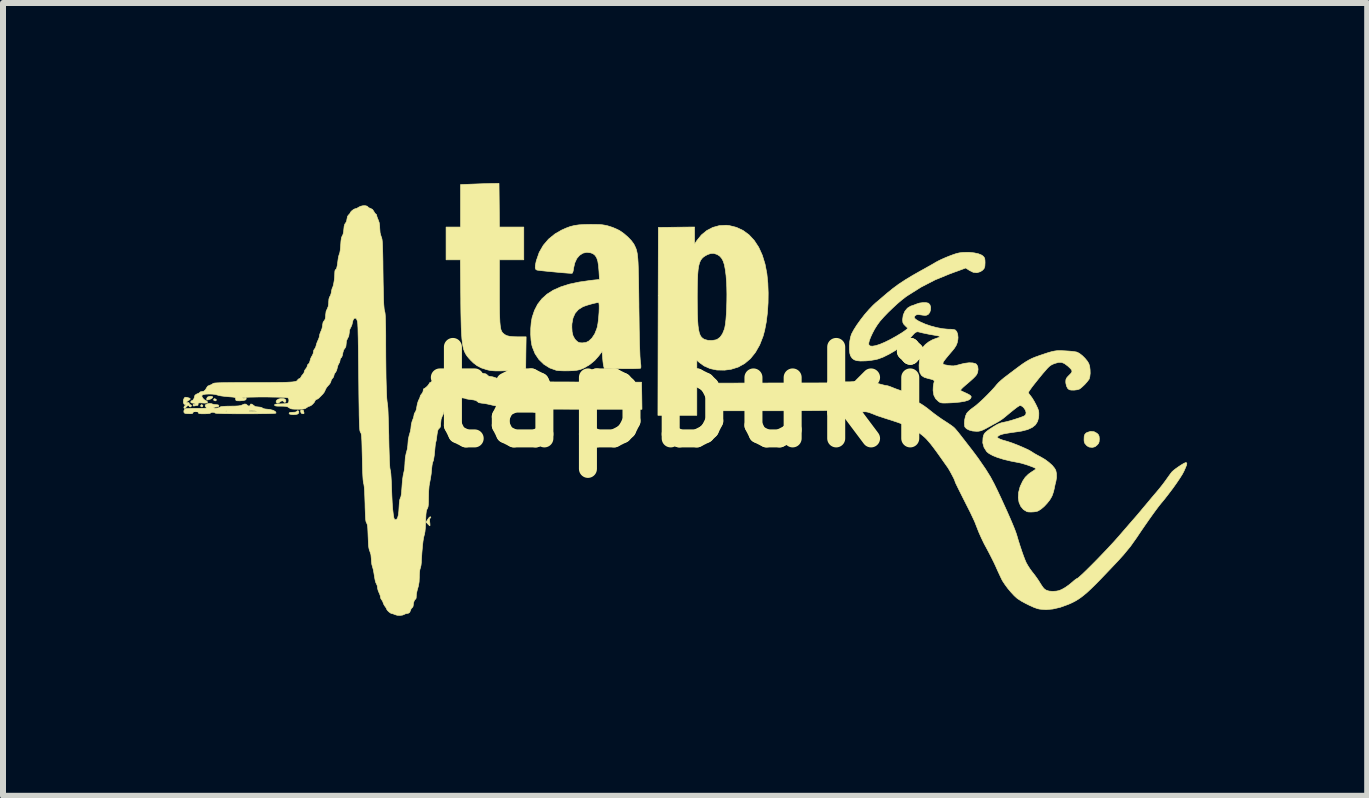
<source format=kicad_pcb>
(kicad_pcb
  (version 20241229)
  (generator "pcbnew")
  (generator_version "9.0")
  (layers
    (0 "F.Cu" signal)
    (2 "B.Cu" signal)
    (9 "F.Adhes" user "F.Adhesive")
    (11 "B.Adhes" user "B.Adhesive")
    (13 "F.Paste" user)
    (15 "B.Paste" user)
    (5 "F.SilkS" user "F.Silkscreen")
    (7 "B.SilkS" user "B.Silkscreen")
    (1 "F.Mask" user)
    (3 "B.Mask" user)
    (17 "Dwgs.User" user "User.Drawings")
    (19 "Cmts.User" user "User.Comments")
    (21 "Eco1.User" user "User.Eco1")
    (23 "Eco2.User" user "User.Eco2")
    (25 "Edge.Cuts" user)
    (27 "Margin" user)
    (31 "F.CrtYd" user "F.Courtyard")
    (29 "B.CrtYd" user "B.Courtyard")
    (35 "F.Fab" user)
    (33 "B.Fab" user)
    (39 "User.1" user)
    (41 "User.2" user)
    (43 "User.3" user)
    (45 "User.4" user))
  (footprint "tapbuki"
    (layer "F.Cu")
    (at 8.306 3.565)
    (property "Reference" "tapbuki" (at 0 0 0) (layer "F.SilkS") (effects (font (size 1.524 1.524) (thickness 0.3))))
    (attr through_hole)
    (fp_poly (pts (xy -7.978 0.137) (xy -7.976 0.146) (xy -7.986 0.163) (xy -7.995 0.165) (xy -8.011 0.155) (xy -8.014 0.146) (xy -8.004 0.129) (xy -7.995 0.127) (xy -7.978 0.137)) (stroke (width 0.01) (type solid)) (fill yes) (layer "F.SilkS"))
    (fp_poly (pts (xy -7.755 0.038) (xy -7.751 0.053) (xy -7.764 0.063) (xy -7.771 0.064) (xy -7.793 0.055) (xy -7.798 0.044) (xy -7.788 0.028) (xy -7.777 0.028) (xy -7.755 0.038)) (stroke (width 0.01) (type solid)) (fill yes) (layer "F.SilkS"))
    (fp_poly (pts (xy -7.816 -0.007) (xy -7.812 0.007) (xy -7.828 0.023) (xy -7.853 0.036) (xy -7.888 0.047) (xy -7.905 0.049) (xy -7.912 0.039) (xy -7.912 0.027) (xy -7.901 0.002) (xy -7.868 -0.011) (xy -7.841 -0.013) (xy -7.816 -0.007)) (stroke (width 0.01) (type solid)) (fill yes) (layer "F.SilkS"))
    (fp_poly (pts (xy -6.304 0.221) (xy -6.299 0.228) (xy -6.295 0.249) (xy -6.291 0.259) (xy -6.292 0.276) (xy -6.309 0.279) (xy -6.334 0.271) (xy -6.342 0.259) (xy -6.349 0.23) (xy -6.34 0.218) (xy -6.325 0.216) (xy -6.304 0.221)) (stroke (width 0.01) (type solid)) (fill yes) (layer "F.SilkS"))
    (fp_poly (pts (xy -6.378 0.235) (xy -6.378 0.257) (xy -6.383 0.272) (xy -6.399 0.284) (xy -6.429 0.291) (xy -6.467 0.294) (xy -6.503 0.291) (xy -6.531 0.284) (xy -6.54 0.273) (xy -6.534 0.261) (xy -6.51 0.255) (xy -6.477 0.254) (xy -6.441 0.252) (xy -6.418 0.246) (xy -6.413 0.241) (xy -6.403 0.23) (xy -6.394 0.229) (xy -6.378 0.235)) (stroke (width 0.01) (type solid)) (fill yes) (layer "F.SilkS"))
    (fp_poly (pts (xy -4.179 1.999) (xy -4.178 2.007) (xy -4.188 2.019) (xy -4.191 2.019) (xy -4.198 2.031) (xy -4.198 2.065) (xy -4.196 2.083) (xy -4.192 2.119) (xy -4.192 2.142) (xy -4.194 2.146) (xy -4.205 2.138) (xy -4.226 2.118) (xy -4.228 2.115) (xy -4.258 2.084) (xy -4.23 2.039) (xy -4.207 2.008) (xy -4.189 1.994) (xy -4.179 1.999)) (stroke (width 0.01) (type solid)) (fill yes) (layer "F.SilkS"))
    (fp_poly (pts (xy -6.632 0.027) (xy -6.611 0.033) (xy -6.596 0.048) (xy -6.592 0.07) (xy -6.601 0.086) (xy -6.61 0.089) (xy -6.627 0.082) (xy -6.629 0.076) (xy -6.639 0.065) (xy -6.661 0.065) (xy -6.684 0.074) (xy -6.693 0.083) (xy -6.717 0.099) (xy -6.74 0.1) (xy -6.755 0.086) (xy -6.756 0.077) (xy -6.745 0.052) (xy -6.716 0.034) (xy -6.676 0.025) (xy -6.632 0.027)) (stroke (width 0.01) (type solid)) (fill yes) (layer "F.SilkS"))
    (fp_poly (pts (xy 6.873 0.578) (xy 6.921 0.604) (xy 6.945 0.628) (xy 6.956 0.654) (xy 6.96 0.691) (xy 6.96 0.701) (xy 6.957 0.744) (xy 6.946 0.774) (xy 6.922 0.801) (xy 6.888 0.828) (xy 6.85 0.838) (xy 6.833 0.838) (xy 6.789 0.833) (xy 6.755 0.813) (xy 6.743 0.801) (xy 6.717 0.77) (xy 6.707 0.735) (xy 6.706 0.707) (xy 6.708 0.656) (xy 6.718 0.624) (xy 6.737 0.602) (xy 6.757 0.59) (xy 6.816 0.572) (xy 6.873 0.578)) (stroke (width 0.01) (type solid)) (fill yes) (layer "F.SilkS"))
    (fp_poly (pts (xy -8.239 0.007) (xy -8.2 0.018) (xy -8.185 0.031) (xy -8.196 0.046) (xy -8.208 0.052) (xy -8.233 0.068) (xy -8.247 0.083) (xy -8.246 0.093) (xy -8.229 0.092) (xy -8.208 0.094) (xy -8.204 0.106) (xy -8.195 0.124) (xy -8.185 0.127) (xy -8.168 0.137) (xy -8.166 0.146) (xy -8.176 0.163) (xy -8.185 0.165) (xy -8.202 0.158) (xy -8.204 0.152) (xy -8.212 0.14) (xy -8.23 0.144) (xy -8.249 0.16) (xy -8.252 0.165) (xy -8.271 0.186) (xy -8.287 0.189) (xy -8.293 0.172) (xy -8.283 0.151) (xy -8.271 0.141) (xy -8.256 0.131) (xy -8.262 0.128) (xy -8.271 0.127) (xy -8.291 0.116) (xy -8.301 0.088) (xy -8.299 0.051) (xy -8.294 0.033) (xy -8.281 0.01) (xy -8.264 0.003) (xy -8.239 0.007)) (stroke (width 0.01) (type solid)) (fill yes) (layer "F.SilkS"))
    (fp_poly (pts (xy -3.038 -3.196) (xy -3.035 -2.832) (xy -2.629 -2.832) (xy -2.629 -2.286) (xy -3.035 -2.286) (xy -3.035 -1.775) (xy -3.035 -1.628) (xy -3.034 -1.504) (xy -3.033 -1.4) (xy -3.03 -1.316) (xy -3.027 -1.248) (xy -3.022 -1.195) (xy -3.016 -1.153) (xy -3.009 -1.121) (xy -2.999 -1.097) (xy -2.988 -1.078) (xy -2.976 -1.065) (xy -2.946 -1.04) (xy -2.91 -1.022) (xy -2.862 -1.011) (xy -2.799 -1.005) (xy -2.721 -1.003) (xy -2.59 -1.003) (xy -2.594 -0.74) (xy -2.597 -0.476) (xy -2.673 -0.46) (xy -2.713 -0.453) (xy -2.772 -0.447) (xy -2.842 -0.442) (xy -2.919 -0.438) (xy -2.953 -0.437) (xy -3.034 -0.435) (xy -3.096 -0.435) (xy -3.145 -0.438) (xy -3.185 -0.442) (xy -3.224 -0.45) (xy -3.25 -0.457) (xy -3.336 -0.485) (xy -3.406 -0.521) (xy -3.469 -0.569) (xy -3.516 -0.615) (xy -3.546 -0.648) (xy -3.573 -0.681) (xy -3.595 -0.714) (xy -3.614 -0.751) (xy -3.63 -0.792) (xy -3.642 -0.842) (xy -3.652 -0.901) (xy -3.66 -0.971) (xy -3.666 -1.056) (xy -3.671 -1.156) (xy -3.674 -1.275) (xy -3.677 -1.414) (xy -3.679 -1.575) (xy -3.679 -1.641) (xy -3.686 -2.286) (xy -3.924 -2.286) (xy -3.924 -2.832) (xy -3.683 -2.832) (xy -3.683 -3.54) (xy -3.47 -3.548) (xy -3.389 -3.551) (xy -3.307 -3.554) (xy -3.232 -3.556) (xy -3.172 -3.558) (xy -3.15 -3.558) (xy -3.042 -3.56) (xy -3.038 -3.196)) (stroke (width 0.01) (type solid)) (fill yes) (layer "F.SilkS"))
    (fp_poly (pts (xy 0.793 -2.857) (xy 0.914 -2.827) (xy 1.025 -2.775) (xy 1.124 -2.702) (xy 1.211 -2.608) (xy 1.285 -2.495) (xy 1.345 -2.363) (xy 1.391 -2.213) (xy 1.421 -2.056) (xy 1.437 -1.899) (xy 1.443 -1.734) (xy 1.441 -1.567) (xy 1.43 -1.404) (xy 1.411 -1.25) (xy 1.384 -1.11) (xy 1.358 -1.014) (xy 1.301 -0.868) (xy 1.23 -0.744) (xy 1.147 -0.64) (xy 1.051 -0.559) (xy 0.943 -0.499) (xy 0.824 -0.462) (xy 0.716 -0.448) (xy 0.588 -0.45) (xy 0.475 -0.474) (xy 0.375 -0.518) (xy 0.299 -0.573) (xy 0.254 -0.612) (xy 0.254 0.305) (xy -0.394 0.305) (xy -0.39 -1.651) (xy 0.261 -1.651) (xy 0.262 -1.503) (xy 0.264 -1.379) (xy 0.268 -1.275) (xy 0.274 -1.191) (xy 0.283 -1.123) (xy 0.295 -1.07) (xy 0.31 -1.029) (xy 0.329 -0.999) (xy 0.353 -0.977) (xy 0.381 -0.96) (xy 0.384 -0.959) (xy 0.441 -0.944) (xy 0.507 -0.942) (xy 0.568 -0.952) (xy 0.593 -0.961) (xy 0.642 -0.997) (xy 0.682 -1.054) (xy 0.712 -1.128) (xy 0.719 -1.152) (xy 0.73 -1.212) (xy 0.739 -1.292) (xy 0.746 -1.387) (xy 0.751 -1.493) (xy 0.754 -1.603) (xy 0.755 -1.714) (xy 0.753 -1.82) (xy 0.75 -1.9) (xy 0.741 -2.024) (xy 0.728 -2.124) (xy 0.713 -2.204) (xy 0.692 -2.267) (xy 0.666 -2.314) (xy 0.634 -2.349) (xy 0.595 -2.374) (xy 0.588 -2.377) (xy 0.537 -2.393) (xy 0.488 -2.392) (xy 0.434 -2.374) (xy 0.397 -2.354) (xy 0.365 -2.333) (xy 0.339 -2.308) (xy 0.317 -2.277) (xy 0.3 -2.238) (xy 0.286 -2.187) (xy 0.276 -2.124) (xy 0.269 -2.045) (xy 0.265 -1.948) (xy 0.262 -1.83) (xy 0.261 -1.691) (xy 0.261 -1.651) (xy -0.39 -1.651) (xy -0.387 -2.826) (xy 0.216 -2.833) (xy 0.216 -2.548) (xy 0.254 -2.606) (xy 0.33 -2.7) (xy 0.42 -2.774) (xy 0.52 -2.826) (xy 0.629 -2.856) (xy 0.743 -2.862) (xy 0.793 -2.857)) (stroke (width 0.01) (type solid)) (fill yes) (layer "F.SilkS"))
    (fp_poly (pts (xy -7.831 0.111) (xy -7.822 0.115) (xy -7.794 0.123) (xy -7.757 0.127) (xy -7.754 0.127) (xy -7.721 0.131) (xy -7.709 0.144) (xy -7.709 0.146) (xy -7.719 0.16) (xy -7.749 0.165) (xy -7.753 0.165) (xy -7.783 0.169) (xy -7.797 0.178) (xy -7.798 0.179) (xy -7.787 0.186) (xy -7.761 0.187) (xy -7.73 0.183) (xy -7.702 0.176) (xy -7.686 0.166) (xy -7.686 0.165) (xy -7.672 0.16) (xy -7.637 0.156) (xy -7.587 0.153) (xy -7.525 0.152) (xy -7.521 0.152) (xy -7.443 0.151) (xy -7.386 0.148) (xy -7.347 0.142) (xy -7.323 0.133) (xy -7.285 0.117) (xy -7.258 0.118) (xy -7.239 0.133) (xy -7.217 0.149) (xy -7.206 0.152) (xy -7.19 0.142) (xy -7.188 0.133) (xy -7.18 0.117) (xy -7.161 0.118) (xy -7.136 0.135) (xy -7.131 0.14) (xy -7.099 0.16) (xy -7.055 0.165) (xy -7.018 0.169) (xy -6.991 0.178) (xy -6.987 0.181) (xy -6.963 0.194) (xy -6.937 0.199) (xy -6.862 0.207) (xy -6.805 0.221) (xy -6.769 0.241) (xy -6.756 0.265) (xy -6.756 0.266) (xy -6.767 0.27) (xy -6.797 0.273) (xy -6.85 0.275) (xy -6.925 0.277) (xy -7.022 0.278) (xy -7.144 0.279) (xy -7.264 0.279) (xy -7.406 0.279) (xy -7.526 0.278) (xy -7.622 0.277) (xy -7.696 0.274) (xy -7.745 0.272) (xy -7.769 0.268) (xy -7.772 0.267) (xy -7.783 0.258) (xy -7.81 0.254) (xy -7.811 0.254) (xy -7.837 0.258) (xy -7.849 0.267) (xy -7.849 0.267) (xy -7.86 0.273) (xy -7.893 0.277) (xy -7.941 0.279) (xy -7.95 0.279) (xy -8.002 0.279) (xy -8.034 0.275) (xy -8.049 0.269) (xy -8.052 0.26) (xy -8.061 0.246) (xy -8.092 0.241) (xy -8.096 0.241) (xy -8.129 0.245) (xy -8.141 0.259) (xy -8.141 0.26) (xy -8.147 0.272) (xy -8.171 0.278) (xy -8.201 0.278) (xy -8.24 0.277) (xy -8.27 0.273) (xy -8.277 0.271) (xy -8.292 0.254) (xy -8.292 0.235) (xy -7.595 0.235) (xy -7.588 0.241) (xy -7.582 0.235) (xy -7.582 0.235) (xy -7.21 0.235) (xy -7.19 0.238) (xy -7.148 0.239) (xy -7.144 0.239) (xy -7.098 0.238) (xy -7.077 0.237) (xy -7.077 0.235) (xy -7.099 0.232) (xy -7.118 0.229) (xy -7.161 0.225) (xy -7.196 0.227) (xy -7.207 0.23) (xy -7.21 0.235) (xy -7.582 0.235) (xy -7.588 0.229) (xy -7.595 0.235) (xy -8.292 0.235) (xy -8.292 0.228) (xy -8.279 0.205) (xy -8.265 0.196) (xy -8.242 0.192) (xy -8.199 0.19) (xy -8.142 0.188) (xy -8.077 0.188) (xy -8.065 0.188) (xy -7.993 0.188) (xy -7.944 0.187) (xy -7.918 0.184) (xy -7.912 0.179) (xy -7.915 0.177) (xy -7.934 0.156) (xy -7.938 0.141) (xy -7.926 0.124) (xy -7.899 0.112) (xy -7.864 0.107) (xy -7.831 0.111)) (stroke (width 0.01) (type solid)) (fill yes) (layer "F.SilkS"))
    (fp_poly (pts (xy -1.435 -2.875) (xy -1.372 -2.874) (xy -1.322 -2.87) (xy -1.279 -2.863) (xy -1.236 -2.854) (xy -1.21 -2.846) (xy -1.148 -2.826) (xy -1.085 -2.799) (xy -1.032 -2.773) (xy -1.028 -2.77) (xy -0.961 -2.723) (xy -0.896 -2.667) (xy -0.839 -2.608) (xy -0.797 -2.551) (xy -0.785 -2.529) (xy -0.773 -2.503) (xy -0.762 -2.479) (xy -0.753 -2.453) (xy -0.746 -2.425) (xy -0.739 -2.392) (xy -0.734 -2.352) (xy -0.729 -2.303) (xy -0.725 -2.243) (xy -0.722 -2.171) (xy -0.72 -2.084) (xy -0.717 -1.979) (xy -0.715 -1.856) (xy -0.713 -1.712) (xy -0.711 -1.545) (xy -0.711 -1.505) (xy -0.708 -1.316) (xy -0.706 -1.146) (xy -0.703 -0.997) (xy -0.7 -0.869) (xy -0.696 -0.763) (xy -0.693 -0.68) (xy -0.689 -0.62) (xy -0.686 -0.586) (xy -0.679 -0.534) (xy -0.678 -0.497) (xy -0.682 -0.481) (xy -0.698 -0.478) (xy -0.736 -0.475) (xy -0.792 -0.473) (xy -0.863 -0.472) (xy -0.946 -0.472) (xy -0.991 -0.473) (xy -1.287 -0.476) (xy -1.298 -0.514) (xy -1.304 -0.545) (xy -1.31 -0.592) (xy -1.315 -0.646) (xy -1.316 -0.656) (xy -1.324 -0.76) (xy -1.38 -0.685) (xy -1.447 -0.609) (xy -1.53 -0.541) (xy -1.62 -0.487) (xy -1.661 -0.469) (xy -1.702 -0.455) (xy -1.746 -0.446) (xy -1.801 -0.44) (xy -1.873 -0.437) (xy -1.886 -0.437) (xy -1.951 -0.436) (xy -2.011 -0.438) (xy -2.059 -0.441) (xy -2.087 -0.445) (xy -2.198 -0.485) (xy -2.295 -0.546) (xy -2.377 -0.626) (xy -2.441 -0.721) (xy -2.486 -0.832) (xy -2.495 -0.865) (xy -2.508 -0.947) (xy -2.514 -1.043) (xy -2.513 -1.145) (xy -2.511 -1.169) (xy -1.829 -1.169) (xy -1.824 -1.085) (xy -1.808 -1.019) (xy -1.779 -0.967) (xy -1.759 -0.944) (xy -1.728 -0.917) (xy -1.699 -0.905) (xy -1.658 -0.902) (xy -1.654 -0.902) (xy -1.594 -0.909) (xy -1.548 -0.931) (xy -1.494 -0.981) (xy -1.448 -1.05) (xy -1.414 -1.134) (xy -1.403 -1.171) (xy -1.394 -1.222) (xy -1.386 -1.282) (xy -1.38 -1.347) (xy -1.375 -1.412) (xy -1.373 -1.472) (xy -1.373 -1.522) (xy -1.376 -1.558) (xy -1.382 -1.574) (xy -1.383 -1.575) (xy -1.416 -1.571) (xy -1.465 -1.56) (xy -1.522 -1.545) (xy -1.579 -1.528) (xy -1.627 -1.511) (xy -1.647 -1.503) (xy -1.72 -1.457) (xy -1.774 -1.395) (xy -1.809 -1.317) (xy -1.827 -1.221) (xy -1.829 -1.169) (xy -2.511 -1.169) (xy -2.505 -1.242) (xy -2.49 -1.326) (xy -2.49 -1.326) (xy -2.451 -1.443) (xy -2.398 -1.546) (xy -2.328 -1.636) (xy -2.242 -1.714) (xy -2.138 -1.78) (xy -2.014 -1.835) (xy -1.87 -1.881) (xy -1.705 -1.916) (xy -1.516 -1.943) (xy -1.455 -1.95) (xy -1.368 -1.958) (xy -1.376 -2.094) (xy -1.384 -2.19) (xy -1.396 -2.264) (xy -1.415 -2.32) (xy -1.44 -2.359) (xy -1.473 -2.386) (xy -1.511 -2.402) (xy -1.58 -2.411) (xy -1.644 -2.397) (xy -1.7 -2.361) (xy -1.746 -2.307) (xy -1.779 -2.235) (xy -1.799 -2.149) (xy -1.8 -2.139) (xy -1.807 -2.098) (xy -1.817 -2.069) (xy -1.824 -2.062) (xy -1.84 -2.061) (xy -1.877 -2.063) (xy -1.93 -2.067) (xy -1.995 -2.072) (xy -2.068 -2.079) (xy -2.144 -2.086) (xy -2.218 -2.093) (xy -2.286 -2.1) (xy -2.345 -2.106) (xy -2.388 -2.112) (xy -2.41 -2.115) (xy -2.429 -2.127) (xy -2.438 -2.153) (xy -2.436 -2.196) (xy -2.423 -2.259) (xy -2.418 -2.277) (xy -2.372 -2.41) (xy -2.304 -2.528) (xy -2.216 -2.631) (xy -2.109 -2.718) (xy -2 -2.781) (xy -1.924 -2.815) (xy -1.854 -2.841) (xy -1.784 -2.858) (xy -1.708 -2.869) (xy -1.619 -2.874) (xy -1.518 -2.876) (xy -1.435 -2.875)) (stroke (width 0.01) (type solid)) (fill yes) (layer "F.SilkS"))
    (fp_poly (pts (xy 6.338 -0.772) (xy 6.382 -0.77) (xy 6.447 -0.766) (xy 6.508 -0.761) (xy 6.557 -0.754) (xy 6.585 -0.749) (xy 6.627 -0.728) (xy 6.674 -0.692) (xy 6.721 -0.646) (xy 6.762 -0.596) (xy 6.785 -0.557) (xy 6.799 -0.513) (xy 6.806 -0.456) (xy 6.808 -0.396) (xy 6.802 -0.341) (xy 6.791 -0.3) (xy 6.786 -0.292) (xy 6.756 -0.253) (xy 6.718 -0.21) (xy 6.677 -0.171) (xy 6.641 -0.141) (xy 6.627 -0.132) (xy 6.589 -0.121) (xy 6.54 -0.115) (xy 6.49 -0.116) (xy 6.459 -0.122) (xy 6.433 -0.144) (xy 6.413 -0.184) (xy 6.402 -0.233) (xy 6.401 -0.256) (xy 6.403 -0.288) (xy 6.413 -0.314) (xy 6.436 -0.342) (xy 6.458 -0.364) (xy 6.489 -0.396) (xy 6.504 -0.421) (xy 6.502 -0.444) (xy 6.482 -0.472) (xy 6.443 -0.509) (xy 6.431 -0.519) (xy 6.379 -0.558) (xy 6.331 -0.577) (xy 6.279 -0.577) (xy 6.216 -0.559) (xy 6.21 -0.557) (xy 6.177 -0.543) (xy 6.15 -0.528) (xy 6.123 -0.507) (xy 6.093 -0.477) (xy 6.055 -0.433) (xy 6.019 -0.392) (xy 5.951 -0.309) (xy 5.892 -0.235) (xy 5.843 -0.173) (xy 5.808 -0.124) (xy 5.785 -0.09) (xy 5.779 -0.074) (xy 5.786 -0.057) (xy 5.806 -0.03) (xy 5.817 -0.017) (xy 5.845 0.022) (xy 5.877 0.075) (xy 5.908 0.134) (xy 5.934 0.189) (xy 5.949 0.233) (xy 5.949 0.234) (xy 5.952 0.267) (xy 5.951 0.313) (xy 5.949 0.34) (xy 5.931 0.407) (xy 5.896 0.463) (xy 5.841 0.507) (xy 5.765 0.542) (xy 5.667 0.567) (xy 5.59 0.579) (xy 5.494 0.592) (xy 5.42 0.604) (xy 5.365 0.614) (xy 5.325 0.625) (xy 5.297 0.636) (xy 5.281 0.647) (xy 5.253 0.669) (xy 5.284 0.69) (xy 5.315 0.705) (xy 5.358 0.72) (xy 5.378 0.725) (xy 5.439 0.743) (xy 5.51 0.767) (xy 5.588 0.797) (xy 5.665 0.829) (xy 5.737 0.861) (xy 5.798 0.891) (xy 5.841 0.917) (xy 5.848 0.922) (xy 5.878 0.941) (xy 5.922 0.966) (xy 5.973 0.993) (xy 5.988 1.001) (xy 6.056 1.041) (xy 6.119 1.088) (xy 6.175 1.138) (xy 6.216 1.188) (xy 6.235 1.223) (xy 6.246 1.276) (xy 6.247 1.34) (xy 6.237 1.402) (xy 6.235 1.41) (xy 6.225 1.449) (xy 6.214 1.499) (xy 6.21 1.522) (xy 6.198 1.573) (xy 6.179 1.631) (xy 6.167 1.659) (xy 6.136 1.712) (xy 6.093 1.767) (xy 6.044 1.82) (xy 5.993 1.864) (xy 5.947 1.894) (xy 5.924 1.904) (xy 5.874 1.913) (xy 5.821 1.916) (xy 5.774 1.914) (xy 5.753 1.909) (xy 5.695 1.874) (xy 5.651 1.821) (xy 5.622 1.754) (xy 5.61 1.676) (xy 5.615 1.59) (xy 5.638 1.501) (xy 5.645 1.483) (xy 5.684 1.4) (xy 5.726 1.337) (xy 5.778 1.286) (xy 5.828 1.25) (xy 5.866 1.226) (xy 5.894 1.206) (xy 5.905 1.196) (xy 5.905 1.195) (xy 5.894 1.186) (xy 5.864 1.171) (xy 5.82 1.154) (xy 5.768 1.135) (xy 5.714 1.118) (xy 5.663 1.103) (xy 5.62 1.093) (xy 5.613 1.092) (xy 5.484 1.067) (xy 5.367 1.039) (xy 5.266 1.008) (xy 5.184 0.975) (xy 5.122 0.941) (xy 5.084 0.91) (xy 5.039 0.839) (xy 5.018 0.764) (xy 5.022 0.681) (xy 5.03 0.644) (xy 5.041 0.617) (xy 5.06 0.592) (xy 5.093 0.564) (xy 5.132 0.536) (xy 5.196 0.494) (xy 5.246 0.464) (xy 5.289 0.443) (xy 5.329 0.429) (xy 5.374 0.419) (xy 5.38 0.418) (xy 5.427 0.408) (xy 5.488 0.391) (xy 5.556 0.37) (xy 5.623 0.348) (xy 5.679 0.328) (xy 5.712 0.314) (xy 5.735 0.291) (xy 5.74 0.257) (xy 5.728 0.218) (xy 5.701 0.178) (xy 5.685 0.163) (xy 5.659 0.146) (xy 5.641 0.14) (xy 5.623 0.148) (xy 5.589 0.17) (xy 5.543 0.205) (xy 5.487 0.25) (xy 5.424 0.302) (xy 5.405 0.318) (xy 5.352 0.361) (xy 5.296 0.399) (xy 5.228 0.438) (xy 5.226 0.439) (xy 5.19 0.458) (xy 5.142 0.485) (xy 5.09 0.513) (xy 5.08 0.519) (xy 5.027 0.546) (xy 4.986 0.562) (xy 4.948 0.57) (xy 4.913 0.571) (xy 4.848 0.566) (xy 4.79 0.55) (xy 4.746 0.527) (xy 4.72 0.498) (xy 4.717 0.488) (xy 4.712 0.438) (xy 4.717 0.378) (xy 4.73 0.319) (xy 4.75 0.273) (xy 4.774 0.245) (xy 4.812 0.21) (xy 4.856 0.177) (xy 4.862 0.173) (xy 4.906 0.14) (xy 4.961 0.092) (xy 5.025 0.033) (xy 5.09 -0.031) (xy 5.154 -0.097) (xy 5.211 -0.159) (xy 5.249 -0.205) (xy 5.282 -0.241) (xy 5.328 -0.283) (xy 5.377 -0.324) (xy 5.388 -0.332) (xy 5.437 -0.369) (xy 5.484 -0.405) (xy 5.522 -0.433) (xy 5.529 -0.439) (xy 5.612 -0.501) (xy 5.679 -0.55) (xy 5.735 -0.587) (xy 5.786 -0.617) (xy 5.835 -0.642) (xy 5.887 -0.664) (xy 5.946 -0.685) (xy 5.956 -0.689) (xy 6.042 -0.718) (xy 6.109 -0.74) (xy 6.162 -0.755) (xy 6.207 -0.765) (xy 6.247 -0.771) (xy 6.289 -0.773) (xy 6.338 -0.772)) (stroke (width 0.01) (type solid)) (fill yes) (layer "F.SilkS"))
    (fp_poly (pts (xy 4.875 -2.402) (xy 4.945 -2.387) (xy 4.999 -2.365) (xy 5.02 -2.35) (xy 5.04 -2.329) (xy 5.051 -2.306) (xy 5.055 -2.273) (xy 5.056 -2.238) (xy 5.053 -2.18) (xy 5.039 -2.139) (xy 5.01 -2.109) (xy 4.976 -2.088) (xy 4.919 -2.071) (xy 4.859 -2.078) (xy 4.795 -2.11) (xy 4.734 -2.15) (xy 4.656 -2.121) (xy 4.608 -2.103) (xy 4.546 -2.081) (xy 4.482 -2.057) (xy 4.46 -2.049) (xy 4.224 -1.952) (xy 3.991 -1.832) (xy 3.767 -1.691) (xy 3.74 -1.673) (xy 3.674 -1.622) (xy 3.598 -1.558) (xy 3.518 -1.484) (xy 3.439 -1.408) (xy 3.367 -1.333) (xy 3.308 -1.266) (xy 3.3 -1.256) (xy 3.258 -1.198) (xy 3.217 -1.133) (xy 3.181 -1.065) (xy 3.151 -1.001) (xy 3.129 -0.943) (xy 3.118 -0.898) (xy 3.12 -0.87) (xy 3.14 -0.851) (xy 3.178 -0.847) (xy 3.233 -0.856) (xy 3.303 -0.878) (xy 3.386 -0.913) (xy 3.479 -0.959) (xy 3.581 -1.016) (xy 3.619 -1.039) (xy 3.667 -1.068) (xy 3.708 -1.096) (xy 3.737 -1.117) (xy 3.743 -1.121) (xy 3.77 -1.146) (xy 3.727 -1.187) (xy 3.7 -1.216) (xy 3.687 -1.242) (xy 3.683 -1.278) (xy 3.683 -1.294) (xy 3.693 -1.366) (xy 3.721 -1.43) (xy 3.763 -1.481) (xy 3.816 -1.514) (xy 3.834 -1.52) (xy 3.867 -1.531) (xy 3.908 -1.547) (xy 3.918 -1.551) (xy 3.965 -1.566) (xy 4.02 -1.573) (xy 4.072 -1.573) (xy 4.112 -1.564) (xy 4.115 -1.562) (xy 4.138 -1.536) (xy 4.15 -1.497) (xy 4.148 -1.452) (xy 4.135 -1.41) (xy 4.11 -1.378) (xy 4.106 -1.375) (xy 4.083 -1.364) (xy 4.057 -1.36) (xy 4.018 -1.364) (xy 3.998 -1.367) (xy 3.953 -1.373) (xy 3.924 -1.373) (xy 3.904 -1.365) (xy 3.895 -1.359) (xy 3.878 -1.338) (xy 3.879 -1.318) (xy 3.9 -1.296) (xy 3.942 -1.269) (xy 3.978 -1.251) (xy 4.059 -1.215) (xy 4.153 -1.183) (xy 4.251 -1.157) (xy 4.345 -1.139) (xy 4.427 -1.131) (xy 4.442 -1.13) (xy 4.492 -1.129) (xy 4.533 -1.124) (xy 4.558 -1.118) (xy 4.559 -1.118) (xy 4.584 -1.091) (xy 4.6 -1.047) (xy 4.606 -0.993) (xy 4.603 -0.956) (xy 4.592 -0.903) (xy 4.574 -0.858) (xy 4.544 -0.811) (xy 4.505 -0.763) (xy 4.445 -0.693) (xy 4.401 -0.639) (xy 4.371 -0.6) (xy 4.356 -0.573) (xy 4.355 -0.555) (xy 4.366 -0.543) (xy 4.39 -0.536) (xy 4.425 -0.53) (xy 4.442 -0.527) (xy 4.492 -0.52) (xy 4.531 -0.519) (xy 4.57 -0.525) (xy 4.62 -0.538) (xy 4.633 -0.542) (xy 4.716 -0.562) (xy 4.791 -0.571) (xy 4.853 -0.568) (xy 4.899 -0.555) (xy 4.913 -0.546) (xy 4.934 -0.51) (xy 4.94 -0.462) (xy 4.933 -0.411) (xy 4.916 -0.373) (xy 4.896 -0.348) (xy 4.862 -0.313) (xy 4.818 -0.273) (xy 4.786 -0.245) (xy 4.725 -0.193) (xy 4.683 -0.156) (xy 4.658 -0.13) (xy 4.649 -0.114) (xy 4.65 -0.108) (xy 4.663 -0.101) (xy 4.694 -0.086) (xy 4.735 -0.067) (xy 4.741 -0.065) (xy 4.789 -0.041) (xy 4.816 -0.021) (xy 4.826 -0.004) (xy 4.826 -0.002) (xy 4.814 0.027) (xy 4.78 0.051) (xy 4.721 0.07) (xy 4.639 0.084) (xy 4.531 0.094) (xy 4.496 0.096) (xy 4.426 0.099) (xy 4.377 0.1) (xy 4.344 0.099) (xy 4.32 0.095) (xy 4.302 0.088) (xy 4.284 0.076) (xy 4.281 0.074) (xy 4.233 0.028) (xy 4.203 -0.031) (xy 4.191 -0.105) (xy 4.191 -0.123) (xy 4.193 -0.171) (xy 4.199 -0.214) (xy 4.204 -0.236) (xy 4.21 -0.259) (xy 4.206 -0.276) (xy 4.187 -0.288) (xy 4.149 -0.299) (xy 4.11 -0.308) (xy 4.044 -0.328) (xy 3.999 -0.358) (xy 3.972 -0.402) (xy 3.959 -0.463) (xy 3.959 -0.466) (xy 3.957 -0.529) (xy 3.963 -0.6) (xy 3.974 -0.675) (xy 3.989 -0.743) (xy 4.007 -0.8) (xy 4.021 -0.829) (xy 4.06 -0.874) (xy 4.116 -0.918) (xy 4.18 -0.954) (xy 4.243 -0.978) (xy 4.245 -0.979) (xy 4.286 -0.992) (xy 4.303 -1.003) (xy 4.294 -1.014) (xy 4.26 -1.022) (xy 4.258 -1.022) (xy 4.19 -1.034) (xy 4.122 -1.046) (xy 4.059 -1.059) (xy 4.007 -1.07) (xy 3.972 -1.079) (xy 3.964 -1.081) (xy 3.935 -1.088) (xy 3.908 -1.082) (xy 3.879 -1.062) (xy 3.844 -1.024) (xy 3.818 -0.993) (xy 3.751 -0.921) (xy 3.664 -0.848) (xy 3.566 -0.778) (xy 3.46 -0.716) (xy 3.355 -0.664) (xy 3.27 -0.633) (xy 3.223 -0.622) (xy 3.161 -0.612) (xy 3.094 -0.604) (xy 3.061 -0.602) (xy 2.98 -0.6) (xy 2.919 -0.606) (xy 2.875 -0.621) (xy 2.842 -0.646) (xy 2.817 -0.684) (xy 2.815 -0.686) (xy 2.803 -0.728) (xy 2.796 -0.788) (xy 2.796 -0.857) (xy 2.802 -0.928) (xy 2.814 -0.993) (xy 2.83 -1.046) (xy 2.867 -1.116) (xy 2.918 -1.197) (xy 2.981 -1.285) (xy 3.049 -1.373) (xy 3.12 -1.455) (xy 3.189 -1.527) (xy 3.233 -1.568) (xy 3.285 -1.611) (xy 3.345 -1.663) (xy 3.405 -1.714) (xy 3.428 -1.734) (xy 3.52 -1.808) (xy 3.617 -1.88) (xy 3.725 -1.951) (xy 3.849 -2.026) (xy 3.972 -2.096) (xy 4.043 -2.135) (xy 4.11 -2.173) (xy 4.169 -2.206) (xy 4.215 -2.233) (xy 4.242 -2.249) (xy 4.276 -2.267) (xy 4.327 -2.292) (xy 4.388 -2.319) (xy 4.451 -2.345) (xy 4.523 -2.372) (xy 4.58 -2.391) (xy 4.628 -2.402) (xy 4.675 -2.408) (xy 4.705 -2.41) (xy 4.793 -2.411) (xy 4.875 -2.402)) (stroke (width 0.01) (type solid)) (fill yes) (layer "F.SilkS"))
    (fp_poly (pts (xy 2.536 -0.276) (xy 2.584 -0.265) (xy 2.65 -0.257) (xy 2.726 -0.253) (xy 2.805 -0.253) (xy 2.88 -0.258) (xy 2.942 -0.266) (xy 2.975 -0.274) (xy 3.012 -0.285) (xy 3.038 -0.287) (xy 3.061 -0.279) (xy 3.072 -0.274) (xy 3.11 -0.26) (xy 3.146 -0.254) (xy 3.175 -0.25) (xy 3.219 -0.24) (xy 3.27 -0.226) (xy 3.283 -0.222) (xy 3.334 -0.208) (xy 3.378 -0.197) (xy 3.408 -0.191) (xy 3.413 -0.191) (xy 3.439 -0.186) (xy 3.479 -0.172) (xy 3.512 -0.159) (xy 3.562 -0.139) (xy 3.611 -0.121) (xy 3.636 -0.113) (xy 3.681 -0.095) (xy 3.724 -0.068) (xy 3.731 -0.062) (xy 3.768 -0.034) (xy 3.814 -0.005) (xy 3.836 0.007) (xy 3.871 0.027) (xy 3.893 0.046) (xy 3.899 0.056) (xy 3.91 0.07) (xy 3.937 0.088) (xy 3.96 0.099) (xy 3.994 0.118) (xy 4.041 0.149) (xy 4.095 0.188) (xy 4.144 0.227) (xy 4.206 0.276) (xy 4.276 0.327) (xy 4.343 0.374) (xy 4.384 0.4) (xy 4.438 0.435) (xy 4.488 0.469) (xy 4.527 0.498) (xy 4.544 0.513) (xy 4.563 0.533) (xy 4.595 0.571) (xy 4.636 0.622) (xy 4.684 0.684) (xy 4.737 0.752) (xy 4.792 0.823) (xy 4.847 0.894) (xy 4.898 0.962) (xy 4.943 1.023) (xy 4.963 1.052) (xy 5.065 1.2) (xy 5.147 1.332) (xy 5.209 1.448) (xy 5.21 1.45) (xy 5.266 1.565) (xy 5.321 1.682) (xy 5.374 1.798) (xy 5.425 1.91) (xy 5.471 2.014) (xy 5.511 2.108) (xy 5.544 2.188) (xy 5.568 2.251) (xy 5.582 2.292) (xy 5.61 2.387) (xy 5.64 2.482) (xy 5.67 2.572) (xy 5.698 2.651) (xy 5.723 2.716) (xy 5.742 2.76) (xy 5.768 2.806) (xy 5.803 2.861) (xy 5.842 2.914) (xy 5.848 2.921) (xy 5.887 2.971) (xy 5.925 3.024) (xy 5.956 3.07) (xy 5.959 3.076) (xy 5.993 3.13) (xy 6.018 3.167) (xy 6.039 3.192) (xy 6.059 3.208) (xy 6.078 3.219) (xy 6.122 3.233) (xy 6.181 3.238) (xy 6.243 3.234) (xy 6.289 3.225) (xy 6.335 3.206) (xy 6.393 3.173) (xy 6.455 3.129) (xy 6.516 3.079) (xy 6.524 3.071) (xy 6.556 3.045) (xy 6.581 3.027) (xy 6.591 3.023) (xy 6.606 3.014) (xy 6.636 2.988) (xy 6.679 2.949) (xy 6.732 2.898) (xy 6.793 2.838) (xy 6.861 2.77) (xy 6.932 2.698) (xy 7.004 2.623) (xy 7.076 2.548) (xy 7.144 2.475) (xy 7.207 2.407) (xy 7.262 2.345) (xy 7.281 2.324) (xy 7.342 2.253) (xy 7.402 2.184) (xy 7.458 2.119) (xy 7.505 2.065) (xy 7.542 2.023) (xy 7.555 2.008) (xy 7.593 1.964) (xy 7.64 1.908) (xy 7.69 1.848) (xy 7.728 1.803) (xy 7.778 1.743) (xy 7.833 1.677) (xy 7.885 1.616) (xy 7.916 1.58) (xy 7.964 1.522) (xy 8.015 1.458) (xy 8.061 1.396) (xy 8.074 1.378) (xy 8.108 1.33) (xy 8.139 1.287) (xy 8.163 1.256) (xy 8.171 1.246) (xy 8.196 1.223) (xy 8.233 1.194) (xy 8.277 1.163) (xy 8.322 1.133) (xy 8.362 1.109) (xy 8.391 1.095) (xy 8.4 1.092) (xy 8.414 1.096) (xy 8.418 1.109) (xy 8.413 1.135) (xy 8.396 1.177) (xy 8.371 1.234) (xy 8.343 1.287) (xy 8.3 1.355) (xy 8.246 1.435) (xy 8.184 1.522) (xy 8.116 1.612) (xy 8.046 1.702) (xy 7.988 1.772) (xy 7.954 1.814) (xy 7.909 1.874) (xy 7.854 1.949) (xy 7.792 2.036) (xy 7.726 2.131) (xy 7.657 2.231) (xy 7.588 2.334) (xy 7.582 2.343) (xy 7.479 2.488) (xy 7.363 2.629) (xy 7.277 2.724) (xy 7.158 2.85) (xy 7.054 2.959) (xy 6.964 3.053) (xy 6.886 3.132) (xy 6.817 3.199) (xy 6.757 3.255) (xy 6.702 3.301) (xy 6.652 3.34) (xy 6.605 3.372) (xy 6.558 3.4) (xy 6.51 3.425) (xy 6.459 3.448) (xy 6.432 3.459) (xy 6.307 3.504) (xy 6.185 3.532) (xy 6.071 3.542) (xy 5.968 3.534) (xy 5.931 3.526) (xy 5.874 3.506) (xy 5.804 3.475) (xy 5.73 3.438) (xy 5.66 3.4) (xy 5.603 3.363) (xy 5.587 3.351) (xy 5.542 3.31) (xy 5.49 3.254) (xy 5.437 3.191) (xy 5.389 3.126) (xy 5.351 3.069) (xy 5.338 3.046) (xy 5.322 3.013) (xy 5.299 2.964) (xy 5.271 2.904) (xy 5.242 2.84) (xy 5.239 2.832) (xy 5.204 2.757) (xy 5.163 2.675) (xy 5.123 2.597) (xy 5.093 2.54) (xy 5.041 2.444) (xy 4.996 2.351) (xy 4.952 2.252) (xy 4.908 2.14) (xy 4.896 2.109) (xy 4.884 2.079) (xy 4.87 2.048) (xy 4.854 2.014) (xy 4.834 1.972) (xy 4.809 1.919) (xy 4.776 1.854) (xy 4.734 1.771) (xy 4.683 1.67) (xy 4.682 1.668) (xy 4.646 1.596) (xy 4.614 1.532) (xy 4.588 1.479) (xy 4.569 1.44) (xy 4.56 1.419) (xy 4.559 1.417) (xy 4.553 1.397) (xy 4.538 1.361) (xy 4.515 1.316) (xy 4.489 1.267) (xy 4.463 1.22) (xy 4.44 1.182) (xy 4.436 1.176) (xy 4.356 1.063) (xy 4.289 0.968) (xy 4.232 0.889) (xy 4.184 0.825) (xy 4.143 0.773) (xy 4.106 0.73) (xy 4.074 0.694) (xy 4.042 0.664) (xy 4.01 0.637) (xy 3.975 0.61) (xy 3.971 0.607) (xy 3.908 0.563) (xy 3.844 0.525) (xy 3.774 0.49) (xy 3.694 0.456) (xy 3.598 0.421) (xy 3.483 0.383) (xy 3.48 0.382) (xy 3.409 0.36) (xy 3.346 0.339) (xy 3.294 0.322) (xy 3.258 0.31) (xy 3.245 0.305) (xy 3.181 0.279) (xy 3.134 0.261) (xy 3.099 0.251) (xy 3.07 0.246) (xy 3.04 0.246) (xy 3.004 0.249) (xy 3.004 0.249) (xy 2.955 0.253) (xy 2.922 0.25) (xy 2.897 0.24) (xy 2.886 0.234) (xy 2.864 0.223) (xy 2.833 0.215) (xy 2.788 0.209) (xy 2.723 0.206) (xy 2.708 0.205) (xy 2.639 0.204) (xy 2.593 0.206) (xy 2.569 0.21) (xy 2.565 0.215) (xy 2.557 0.217) (xy 2.533 0.22) (xy 2.491 0.222) (xy 2.43 0.223) (xy 2.35 0.225) (xy 2.25 0.226) (xy 2.129 0.227) (xy 1.985 0.228) (xy 1.819 0.228) (xy 1.629 0.229) (xy 1.499 0.229) (xy 0.432 0.229) (xy 0.432 0) (xy 0.432 -0.082) (xy 0.433 -0.141) (xy 0.434 -0.183) (xy 0.437 -0.209) (xy 0.442 -0.223) (xy 0.448 -0.229) (xy 0.454 -0.23) (xy 0.47 -0.231) (xy 0.509 -0.231) (xy 0.57 -0.231) (xy 0.65 -0.232) (xy 0.748 -0.232) (xy 0.861 -0.232) (xy 0.987 -0.233) (xy 1.125 -0.233) (xy 1.272 -0.233) (xy 1.427 -0.233) (xy 1.45 -0.234) (xy 2.423 -0.235) (xy 2.448 -0.266) (xy 2.474 -0.298) (xy 2.536 -0.276)) (stroke (width 0.01) (type solid)) (fill yes) (layer "F.SilkS"))
    (fp_poly (pts (xy -5.241 -3.181) (xy -5.228 -3.17) (xy -5.212 -3.154) (xy -5.185 -3.144) (xy -5.149 -3.125) (xy -5.127 -3.092) (xy -5.11 -3.064) (xy -5.096 -3.049) (xy -5.093 -3.048) (xy -5.082 -3.037) (xy -5.08 -3.025) (xy -5.074 -3) (xy -5.06 -2.965) (xy -5.055 -2.953) (xy -5.038 -2.906) (xy -5.03 -2.847) (xy -5.029 -2.814) (xy -5.023 -2.736) (xy -5.006 -2.675) (xy -5.005 -2.674) (xy -4.999 -2.66) (xy -4.995 -2.644) (xy -4.99 -2.622) (xy -4.987 -2.593) (xy -4.984 -2.555) (xy -4.982 -2.504) (xy -4.98 -2.439) (xy -4.978 -2.356) (xy -4.976 -2.255) (xy -4.975 -2.131) (xy -4.974 -2.056) (xy -4.972 -1.911) (xy -4.969 -1.79) (xy -4.967 -1.691) (xy -4.965 -1.61) (xy -4.962 -1.547) (xy -4.958 -1.499) (xy -4.955 -1.464) (xy -4.95 -1.44) (xy -4.948 -1.433) (xy -4.943 -1.413) (xy -4.939 -1.385) (xy -4.936 -1.344) (xy -4.934 -1.291) (xy -4.932 -1.221) (xy -4.93 -1.133) (xy -4.929 -1.025) (xy -4.929 -0.894) (xy -4.929 -0.876) (xy -4.928 -0.665) (xy -4.926 -0.479) (xy -4.924 -0.318) (xy -4.92 -0.181) (xy -4.916 -0.07) (xy -4.912 0.018) (xy -4.906 0.08) (xy -4.9 0.119) (xy -4.9 0.121) (xy -4.897 0.144) (xy -4.893 0.19) (xy -4.89 0.256) (xy -4.887 0.337) (xy -4.884 0.432) (xy -4.881 0.537) (xy -4.878 0.649) (xy -4.878 0.679) (xy -4.875 0.827) (xy -4.871 0.952) (xy -4.868 1.053) (xy -4.864 1.13) (xy -4.86 1.183) (xy -4.855 1.211) (xy -4.854 1.214) (xy -4.849 1.236) (xy -4.844 1.279) (xy -4.84 1.341) (xy -4.835 1.419) (xy -4.832 1.506) (xy -4.827 1.643) (xy -4.821 1.765) (xy -4.813 1.87) (xy -4.803 1.956) (xy -4.793 2.016) (xy -4.782 2.038) (xy -4.769 2.045) (xy -4.747 2.037) (xy -4.731 2.011) (xy -4.719 1.966) (xy -4.711 1.899) (xy -4.708 1.845) (xy -4.703 1.767) (xy -4.696 1.713) (xy -4.686 1.683) (xy -4.685 1.681) (xy -4.675 1.656) (xy -4.667 1.605) (xy -4.661 1.529) (xy -4.659 1.5) (xy -4.654 1.431) (xy -4.647 1.364) (xy -4.639 1.308) (xy -4.631 1.272) (xy -4.621 1.225) (xy -4.613 1.165) (xy -4.609 1.104) (xy -4.609 1.095) (xy -4.603 1.008) (xy -4.588 0.934) (xy -4.583 0.919) (xy -4.569 0.865) (xy -4.561 0.803) (xy -4.559 0.775) (xy -4.554 0.709) (xy -4.539 0.641) (xy -4.534 0.626) (xy -4.52 0.576) (xy -4.51 0.525) (xy -4.508 0.5) (xy -4.503 0.455) (xy -4.49 0.405) (xy -4.483 0.387) (xy -4.468 0.347) (xy -4.459 0.311) (xy -4.458 0.299) (xy -4.45 0.269) (xy -4.439 0.255) (xy -4.428 0.234) (xy -4.417 0.198) (xy -4.412 0.167) (xy -4.403 0.118) (xy -4.389 0.071) (xy -4.38 0.051) (xy -4.364 0.019) (xy -4.356 -0.006) (xy -4.356 -0.009) (xy -4.348 -0.03) (xy -4.331 -0.051) (xy -4.311 -0.081) (xy -4.305 -0.108) (xy -4.301 -0.132) (xy -4.292 -0.14) (xy -4.274 -0.149) (xy -4.248 -0.17) (xy -4.223 -0.196) (xy -4.207 -0.219) (xy -4.204 -0.228) (xy -4.194 -0.241) (xy -4.19 -0.241) (xy -4.174 -0.25) (xy -4.148 -0.271) (xy -4.126 -0.292) (xy -4.094 -0.32) (xy -4.065 -0.339) (xy -4.051 -0.343) (xy -4.025 -0.353) (xy -4.01 -0.368) (xy -3.984 -0.389) (xy -3.96 -0.394) (xy -3.926 -0.398) (xy -3.892 -0.409) (xy -3.868 -0.423) (xy -3.861 -0.434) (xy -3.849 -0.437) (xy -3.816 -0.441) (xy -3.766 -0.443) (xy -3.703 -0.444) (xy -3.662 -0.445) (xy -3.586 -0.444) (xy -3.531 -0.443) (xy -3.493 -0.44) (xy -3.469 -0.436) (xy -3.455 -0.43) (xy -3.448 -0.423) (xy -3.43 -0.41) (xy -3.396 -0.401) (xy -3.342 -0.396) (xy -3.341 -0.396) (xy -3.291 -0.392) (xy -3.26 -0.385) (xy -3.243 -0.374) (xy -3.238 -0.367) (xy -3.213 -0.347) (xy -3.184 -0.342) (xy -3.146 -0.336) (xy -3.103 -0.322) (xy -3.092 -0.318) (xy -3.047 -0.302) (xy -2.99 -0.294) (xy -2.943 -0.293) (xy -2.875 -0.289) (xy -2.829 -0.28) (xy -2.814 -0.272) (xy -2.806 -0.269) (xy -2.794 -0.266) (xy -2.775 -0.263) (xy -2.747 -0.261) (xy -2.711 -0.259) (xy -2.662 -0.257) (xy -2.601 -0.255) (xy -2.526 -0.254) (xy -2.434 -0.253) (xy -2.324 -0.252) (xy -2.196 -0.252) (xy -2.046 -0.251) (xy -1.873 -0.251) (xy -1.725 -0.25) (xy -0.667 -0.248) (xy -0.663 -0.022) (xy -0.66 0.204) (xy -1.818 0.203) (xy -2.016 0.202) (xy -2.19 0.202) (xy -2.342 0.202) (xy -2.473 0.202) (xy -2.584 0.201) (xy -2.679 0.2) (xy -2.757 0.199) (xy -2.82 0.198) (xy -2.871 0.197) (xy -2.91 0.195) (xy -2.94 0.193) (xy -2.961 0.191) (xy -2.975 0.188) (xy -2.984 0.185) (xy -2.99 0.182) (xy -2.994 0.177) (xy -2.994 0.177) (xy -3.023 0.157) (xy -3.053 0.152) (xy -3.086 0.149) (xy -3.133 0.14) (xy -3.185 0.128) (xy -3.189 0.127) (xy -3.242 0.115) (xy -3.293 0.106) (xy -3.331 0.102) (xy -3.332 0.102) (xy -3.378 0.094) (xy -3.402 0.076) (xy -3.424 0.059) (xy -3.461 0.049) (xy -3.505 0.043) (xy -3.55 0.037) (xy -3.584 0.031) (xy -3.6 0.025) (xy -3.619 0.019) (xy -3.655 0.014) (xy -3.698 0.011) (xy -3.745 0.01) (xy -3.775 0.013) (xy -3.797 0.023) (xy -3.818 0.04) (xy -3.867 0.09) (xy -3.899 0.131) (xy -3.911 0.161) (xy -3.912 0.163) (xy -3.921 0.188) (xy -3.937 0.207) (xy -3.956 0.232) (xy -3.962 0.254) (xy -3.969 0.281) (xy -3.985 0.315) (xy -3.988 0.32) (xy -4.007 0.371) (xy -4.013 0.433) (xy -4.015 0.478) (xy -4.022 0.504) (xy -4.037 0.521) (xy -4.039 0.522) (xy -4.054 0.538) (xy -4.064 0.565) (xy -4.072 0.609) (xy -4.076 0.637) (xy -4.082 0.685) (xy -4.088 0.724) (xy -4.093 0.745) (xy -4.094 0.747) (xy -4.098 0.764) (xy -4.104 0.801) (xy -4.109 0.852) (xy -4.114 0.908) (xy -4.12 0.968) (xy -4.128 1.02) (xy -4.135 1.058) (xy -4.142 1.075) (xy -4.149 1.095) (xy -4.157 1.134) (xy -4.163 1.185) (xy -4.166 1.217) (xy -4.172 1.281) (xy -4.182 1.346) (xy -4.192 1.401) (xy -4.195 1.416) (xy -4.207 1.483) (xy -4.214 1.575) (xy -4.216 1.661) (xy -4.217 1.734) (xy -4.219 1.787) (xy -4.223 1.823) (xy -4.23 1.848) (xy -4.238 1.862) (xy -4.247 1.882) (xy -4.254 1.911) (xy -4.259 1.954) (xy -4.262 2.015) (xy -4.264 2.075) (xy -4.268 2.17) (xy -4.275 2.241) (xy -4.284 2.29) (xy -4.289 2.305) (xy -4.298 2.342) (xy -4.308 2.403) (xy -4.317 2.485) (xy -4.326 2.587) (xy -4.334 2.707) (xy -4.336 2.757) (xy -4.341 2.802) (xy -4.349 2.839) (xy -4.354 2.854) (xy -4.361 2.879) (xy -4.366 2.921) (xy -4.369 2.974) (xy -4.369 2.994) (xy -4.373 3.08) (xy -4.385 3.149) (xy -4.394 3.181) (xy -4.408 3.232) (xy -4.418 3.283) (xy -4.42 3.31) (xy -4.422 3.344) (xy -4.427 3.363) (xy -4.43 3.365) (xy -4.444 3.377) (xy -4.458 3.404) (xy -4.468 3.439) (xy -4.47 3.466) (xy -4.476 3.495) (xy -4.489 3.51) (xy -4.505 3.526) (xy -4.517 3.556) (xy -4.518 3.559) (xy -4.531 3.589) (xy -4.552 3.602) (xy -4.566 3.605) (xy -4.598 3.611) (xy -4.617 3.62) (xy -4.648 3.633) (xy -4.693 3.639) (xy -4.74 3.636) (xy -4.773 3.626) (xy -4.806 3.613) (xy -4.831 3.607) (xy -4.833 3.607) (xy -4.852 3.598) (xy -4.878 3.578) (xy -4.902 3.554) (xy -4.914 3.535) (xy -4.915 3.532) (xy -4.922 3.515) (xy -4.939 3.49) (xy -4.94 3.49) (xy -4.961 3.456) (xy -4.973 3.425) (xy -4.985 3.395) (xy -4.999 3.377) (xy -5.013 3.353) (xy -5.016 3.335) (xy -5.022 3.306) (xy -5.036 3.269) (xy -5.042 3.258) (xy -5.058 3.217) (xy -5.067 3.178) (xy -5.067 3.17) (xy -5.073 3.136) (xy -5.085 3.112) (xy -5.095 3.091) (xy -5.106 3.052) (xy -5.115 3.002) (xy -5.118 2.985) (xy -5.127 2.928) (xy -5.137 2.875) (xy -5.148 2.835) (xy -5.15 2.829) (xy -5.161 2.789) (xy -5.167 2.737) (xy -5.169 2.703) (xy -5.176 2.626) (xy -5.193 2.573) (xy -5.203 2.547) (xy -5.21 2.516) (xy -5.216 2.474) (xy -5.219 2.417) (xy -5.222 2.34) (xy -5.223 2.321) (xy -5.226 2.24) (xy -5.229 2.181) (xy -5.234 2.14) (xy -5.24 2.114) (xy -5.248 2.099) (xy -5.248 2.099) (xy -5.254 2.087) (xy -5.26 2.067) (xy -5.264 2.035) (xy -5.267 1.988) (xy -5.27 1.924) (xy -5.273 1.838) (xy -5.274 1.778) (xy -5.278 1.662) (xy -5.282 1.569) (xy -5.287 1.5) (xy -5.293 1.456) (xy -5.297 1.441) (xy -5.302 1.418) (xy -5.307 1.374) (xy -5.311 1.309) (xy -5.315 1.222) (xy -5.318 1.111) (xy -5.32 1.008) (xy -5.323 0.895) (xy -5.325 0.805) (xy -5.327 0.736) (xy -5.33 0.683) (xy -5.333 0.645) (xy -5.337 0.619) (xy -5.341 0.602) (xy -5.347 0.591) (xy -5.349 0.589) (xy -5.353 0.582) (xy -5.357 0.57) (xy -5.361 0.553) (xy -5.363 0.527) (xy -5.366 0.491) (xy -5.368 0.443) (xy -5.37 0.38) (xy -5.372 0.302) (xy -5.373 0.205) (xy -5.375 0.088) (xy -5.377 -0.05) (xy -5.378 -0.171) (xy -5.38 -0.36) (xy -5.382 -0.524) (xy -5.384 -0.666) (xy -5.385 -0.788) (xy -5.387 -0.892) (xy -5.388 -0.978) (xy -5.39 -1.05) (xy -5.391 -1.107) (xy -5.392 -1.153) (xy -5.394 -1.188) (xy -5.395 -1.216) (xy -5.397 -1.236) (xy -5.399 -1.251) (xy -5.401 -1.263) (xy -5.402 -1.266) (xy -5.417 -1.303) (xy -5.437 -1.316) (xy -5.457 -1.309) (xy -5.474 -1.28) (xy -5.483 -1.243) (xy -5.493 -1.201) (xy -5.509 -1.164) (xy -5.514 -1.157) (xy -5.532 -1.116) (xy -5.537 -1.07) (xy -5.546 -1.012) (xy -5.563 -0.981) (xy -5.583 -0.936) (xy -5.588 -0.89) (xy -5.593 -0.844) (xy -5.607 -0.815) (xy -5.612 -0.811) (xy -5.63 -0.783) (xy -5.643 -0.739) (xy -5.645 -0.726) (xy -5.654 -0.686) (xy -5.665 -0.661) (xy -5.672 -0.655) (xy -5.685 -0.639) (xy -5.69 -0.614) (xy -5.697 -0.58) (xy -5.71 -0.558) (xy -5.724 -0.531) (xy -5.735 -0.493) (xy -5.737 -0.484) (xy -5.747 -0.446) (xy -5.763 -0.415) (xy -5.767 -0.411) (xy -5.786 -0.384) (xy -5.791 -0.362) (xy -5.8 -0.332) (xy -5.817 -0.311) (xy -5.836 -0.284) (xy -5.842 -0.262) (xy -5.851 -0.237) (xy -5.873 -0.206) (xy -5.886 -0.193) (xy -5.914 -0.16) (xy -5.933 -0.127) (xy -5.937 -0.116) (xy -5.951 -0.085) (xy -5.976 -0.051) (xy -5.983 -0.044) (xy -6.012 -0.014) (xy -6.038 0.012) (xy -6.042 0.016) (xy -6.065 0.033) (xy -6.08 0.038) (xy -6.098 0.048) (xy -6.105 0.06) (xy -6.121 0.09) (xy -6.148 0.12) (xy -6.176 0.143) (xy -6.198 0.152) (xy -6.222 0.16) (xy -6.248 0.178) (xy -6.267 0.19) (xy -6.29 0.198) (xy -6.326 0.202) (xy -6.379 0.203) (xy -6.394 0.203) (xy -6.453 0.202) (xy -6.492 0.199) (xy -6.517 0.192) (xy -6.536 0.181) (xy -6.541 0.178) (xy -6.56 0.165) (xy -6.586 0.157) (xy -6.624 0.153) (xy -6.676 0.152) (xy -6.729 0.152) (xy -6.762 0.149) (xy -6.778 0.142) (xy -6.782 0.133) (xy -6.777 0.124) (xy -6.76 0.118) (xy -6.726 0.115) (xy -6.676 0.114) (xy -6.618 0.112) (xy -6.576 0.107) (xy -6.556 0.099) (xy -6.542 0.07) (xy -6.544 0.036) (xy -6.556 0.015) (xy -6.572 0.011) (xy -6.609 0.007) (xy -6.663 0.004) (xy -6.731 0.002) (xy -6.808 0.001) (xy -6.891 -0.000498) (xy -6.976 -0.001) (xy -7.059 -0.000476) (xy -7.137 0.001) (xy -7.205 0.002) (xy -7.26 0.005) (xy -7.297 0.008) (xy -7.315 0.012) (xy -7.315 0.013) (xy -7.305 0.02) (xy -7.283 0.018) (xy -7.259 0.016) (xy -7.252 0.029) (xy -7.252 0.029) (xy -7.263 0.047) (xy -7.297 0.058) (xy -7.355 0.063) (xy -7.369 0.063) (xy -7.406 0.062) (xy -7.424 0.056) (xy -7.429 0.043) (xy -7.429 0.033) (xy -7.431 0.02) (xy -7.437 0.011) (xy -7.454 0.004) (xy -7.485 -0.000023) (xy -7.536 -0.004) (xy -7.56 -0.006) (xy -7.62 -0.012) (xy -7.675 -0.019) (xy -7.717 -0.028) (xy -7.733 -0.033) (xy -7.77 -0.043) (xy -7.821 -0.049) (xy -7.876 -0.05) (xy -7.927 -0.048) (xy -7.966 -0.042) (xy -7.977 -0.038) (xy -7.992 -0.026) (xy -7.993 -0.011) (xy -7.982 0.012) (xy -7.959 0.04) (xy -7.932 0.056) (xy -7.908 0.069) (xy -7.899 0.084) (xy -7.903 0.095) (xy -7.919 0.1) (xy -7.951 0.101) (xy -7.98 0.099) (xy -8.024 0.097) (xy -8.047 0.099) (xy -8.056 0.105) (xy -8.055 0.117) (xy -8.057 0.136) (xy -8.066 0.14) (xy -8.092 0.143) (xy -8.112 0.148) (xy -8.135 0.149) (xy -8.141 0.135) (xy -8.133 0.121) (xy -8.122 0.122) (xy -8.105 0.122) (xy -8.103 0.116) (xy -8.114 0.106) (xy -8.14 0.102) (xy -8.141 0.102) (xy -8.171 0.096) (xy -8.179 0.083) (xy -8.172 0.066) (xy -8.167 0.064) (xy -8.144 0.053) (xy -8.125 0.027) (xy -8.115 -0.004) (xy -8.115 -0.006) (xy -8.108 -0.03) (xy -8.084 -0.047) (xy -8.071 -0.053) (xy -8.042 -0.065) (xy -8.027 -0.077) (xy -8.026 -0.079) (xy -8.016 -0.087) (xy -8.002 -0.089) (xy -7.96 -0.097) (xy -7.932 -0.122) (xy -7.919 -0.146) (xy -7.896 -0.181) (xy -7.863 -0.196) (xy -7.831 -0.208) (xy -7.81 -0.223) (xy -7.803 -0.227) (xy -7.79 -0.231) (xy -7.767 -0.234) (xy -7.733 -0.236) (xy -7.686 -0.238) (xy -7.625 -0.239) (xy -7.546 -0.24) (xy -7.449 -0.241) (xy -7.33 -0.241) (xy -7.189 -0.241) (xy -7.138 -0.241) (xy -6.983 -0.241) (xy -6.852 -0.242) (xy -6.742 -0.243) (xy -6.651 -0.244) (xy -6.579 -0.246) (xy -6.521 -0.249) (xy -6.478 -0.252) (xy -6.446 -0.257) (xy -6.423 -0.263) (xy -6.409 -0.27) (xy -6.4 -0.278) (xy -6.396 -0.287) (xy -6.379 -0.303) (xy -6.37 -0.305) (xy -6.352 -0.315) (xy -6.344 -0.329) (xy -6.329 -0.355) (xy -6.312 -0.375) (xy -6.292 -0.401) (xy -6.287 -0.421) (xy -6.278 -0.447) (xy -6.261 -0.47) (xy -6.242 -0.497) (xy -6.236 -0.519) (xy -6.227 -0.543) (xy -6.217 -0.55) (xy -6.203 -0.567) (xy -6.192 -0.597) (xy -6.19 -0.606) (xy -6.178 -0.647) (xy -6.16 -0.682) (xy -6.158 -0.684) (xy -6.14 -0.719) (xy -6.134 -0.749) (xy -6.128 -0.781) (xy -6.115 -0.8) (xy -6.1 -0.823) (xy -6.089 -0.856) (xy -6.089 -0.859) (xy -6.077 -0.9) (xy -6.059 -0.943) (xy -6.056 -0.949) (xy -6.041 -0.985) (xy -6.033 -1.017) (xy -6.033 -1.022) (xy -6.027 -1.05) (xy -6.013 -1.087) (xy -6.007 -1.099) (xy -5.991 -1.142) (xy -5.982 -1.188) (xy -5.982 -1.196) (xy -5.973 -1.245) (xy -5.956 -1.27) (xy -5.939 -1.296) (xy -5.932 -1.334) (xy -5.931 -1.362) (xy -5.923 -1.427) (xy -5.905 -1.467) (xy -5.888 -1.508) (xy -5.88 -1.563) (xy -5.88 -1.579) (xy -5.876 -1.632) (xy -5.866 -1.666) (xy -5.862 -1.671) (xy -5.849 -1.694) (xy -5.838 -1.731) (xy -5.835 -1.75) (xy -5.828 -1.788) (xy -5.82 -1.816) (xy -5.816 -1.822) (xy -5.807 -1.845) (xy -5.797 -1.886) (xy -5.788 -1.937) (xy -5.782 -1.992) (xy -5.779 -2.042) (xy -5.779 -2.053) (xy -5.777 -2.091) (xy -5.772 -2.115) (xy -5.767 -2.121) (xy -5.756 -2.128) (xy -5.746 -2.15) (xy -5.737 -2.191) (xy -5.728 -2.254) (xy -5.727 -2.265) (xy -5.72 -2.315) (xy -5.711 -2.355) (xy -5.703 -2.38) (xy -5.702 -2.382) (xy -5.695 -2.402) (xy -5.688 -2.44) (xy -5.683 -2.491) (xy -5.68 -2.53) (xy -5.675 -2.6) (xy -5.668 -2.648) (xy -5.658 -2.677) (xy -5.654 -2.684) (xy -5.64 -2.712) (xy -5.631 -2.759) (xy -5.628 -2.79) (xy -5.622 -2.846) (xy -5.61 -2.883) (xy -5.599 -2.897) (xy -5.581 -2.93) (xy -5.575 -2.966) (xy -5.566 -3.01) (xy -5.55 -3.032) (xy -5.531 -3.051) (xy -5.524 -3.063) (xy -5.515 -3.081) (xy -5.492 -3.105) (xy -5.464 -3.126) (xy -5.44 -3.137) (xy -5.437 -3.137) (xy -5.411 -3.144) (xy -5.381 -3.162) (xy -5.35 -3.178) (xy -5.311 -3.187) (xy -5.272 -3.188) (xy -5.241 -3.181)) (stroke (width 0.01) (type solid)) (fill yes) (layer "F.SilkS")))
  (gr_rect
    (start -3 -3)
    (end 19.729 10.209)
    (stroke (width 0.1) (type default))
    (fill no)
    (layer "Edge.Cuts")))
</source>
